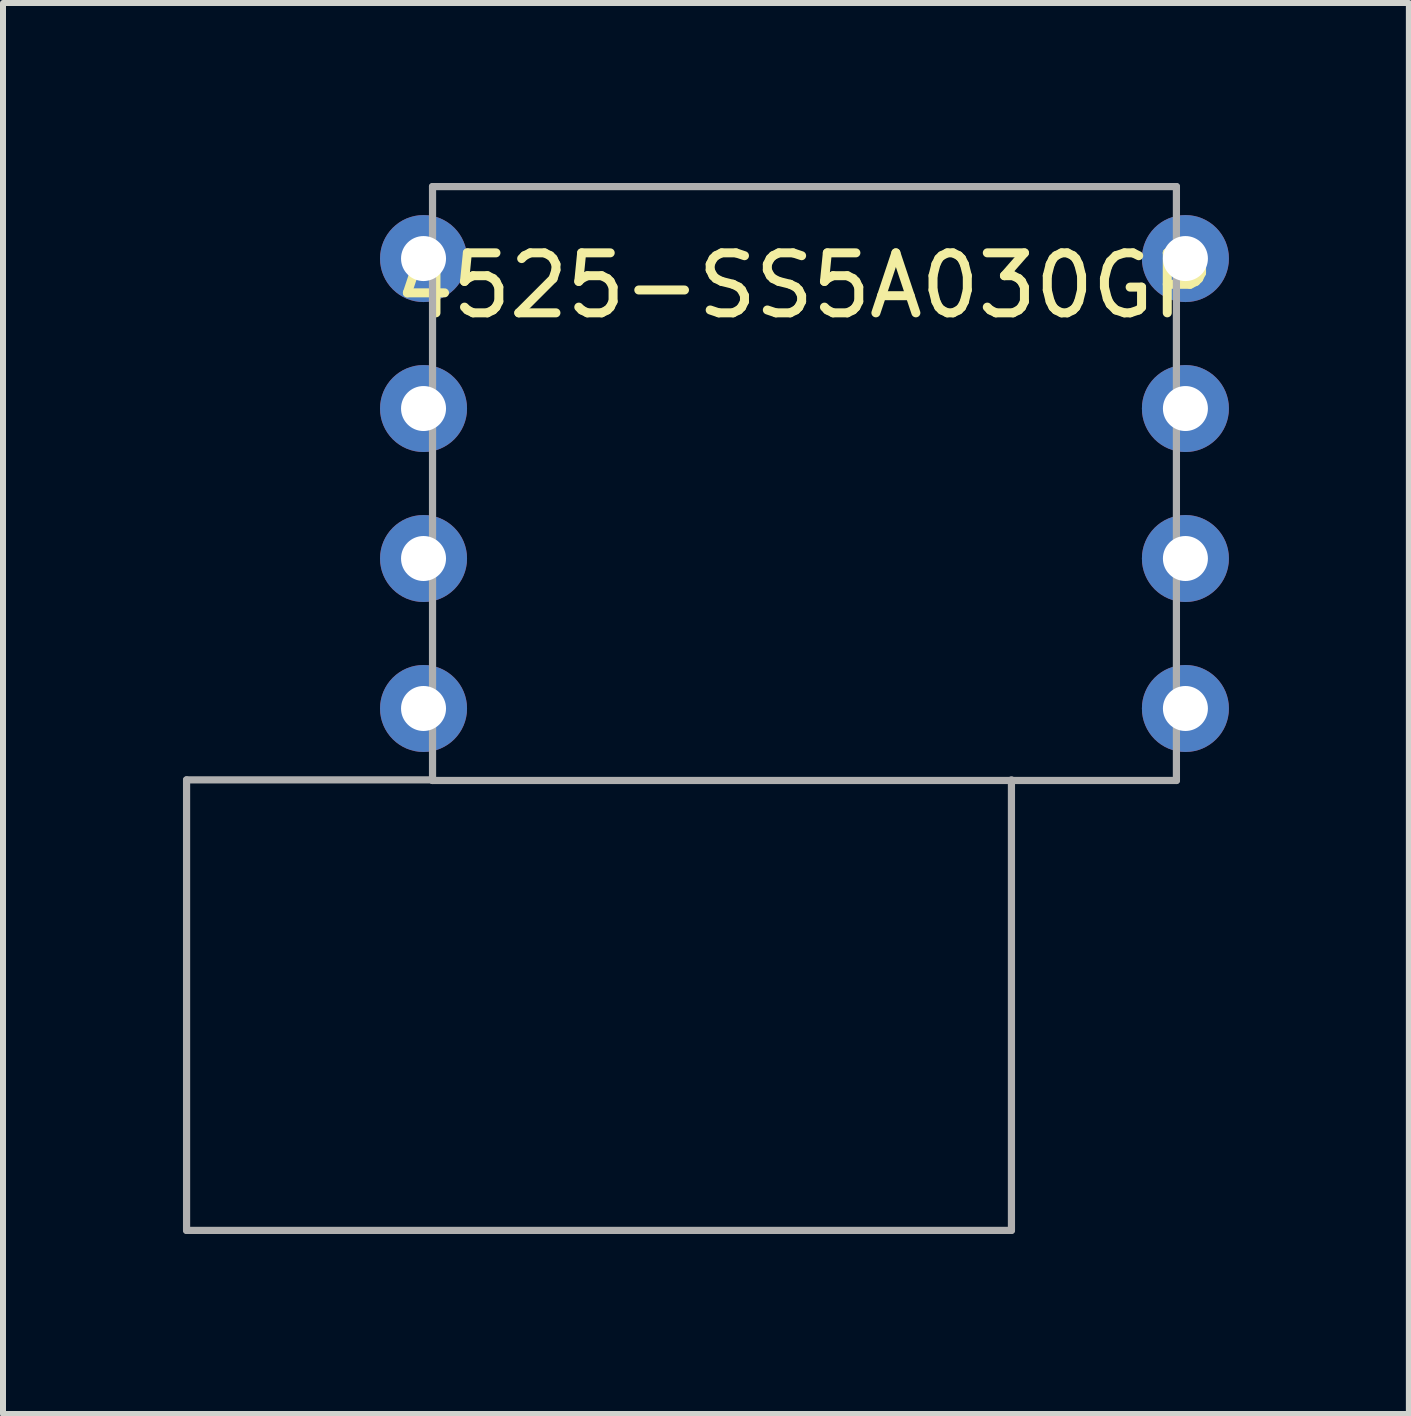
<source format=kicad_pcb>
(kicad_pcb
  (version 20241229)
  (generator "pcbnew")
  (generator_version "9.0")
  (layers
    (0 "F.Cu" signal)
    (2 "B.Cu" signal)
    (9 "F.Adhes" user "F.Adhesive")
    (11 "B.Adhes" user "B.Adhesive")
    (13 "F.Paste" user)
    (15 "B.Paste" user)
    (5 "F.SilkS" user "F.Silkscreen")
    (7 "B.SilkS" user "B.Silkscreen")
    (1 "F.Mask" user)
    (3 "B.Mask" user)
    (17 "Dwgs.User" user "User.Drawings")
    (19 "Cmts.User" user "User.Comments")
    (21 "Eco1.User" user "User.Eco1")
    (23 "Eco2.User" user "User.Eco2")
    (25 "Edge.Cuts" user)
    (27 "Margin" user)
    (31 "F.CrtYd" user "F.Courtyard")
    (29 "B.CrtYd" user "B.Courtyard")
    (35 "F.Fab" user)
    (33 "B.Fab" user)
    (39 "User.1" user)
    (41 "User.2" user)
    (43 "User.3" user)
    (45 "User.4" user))
  (footprint "4525-SS5A030GP"
    (layer "F.Cu")
    (at 10.36 5.01)
    (property "Reference" "4525-SS5A030GP" (at 0 -3.3 0) (layer "F.SilkS") (effects (font (size 1 1) (thickness 0.15))))
    (attr through_hole)
    (fp_line (start -10.3 4.94) (end -6.2 4.94) (stroke (width 0.12) (type solid)) (layer "F.Fab"))
    (fp_line (start -10.3 12.45) (end -10.3 4.94) (stroke (width 0.12) (type solid)) (layer "F.Fab"))
    (fp_line (start -6.2 -4.95) (end 6.2 -4.95) (stroke (width 0.12) (type solid)) (layer "F.Fab"))
    (fp_line (start -6.2 4.95) (end -6.2 -4.95) (stroke (width 0.12) (type solid)) (layer "F.Fab"))
    (fp_line (start 3.45 4.94) (end 3.45 12.45) (stroke (width 0.12) (type solid)) (layer "F.Fab"))
    (fp_line (start 3.45 12.45) (end -10.3 12.45) (stroke (width 0.12) (type solid)) (layer "F.Fab"))
    (fp_line (start 6.2 -4.95) (end 6.2 4.95) (stroke (width 0.12) (type solid)) (layer "F.Fab"))
    (fp_line (start 6.2 4.95) (end -6.2 4.95) (stroke (width 0.12) (type solid)) (layer "F.Fab"))
    (pad "1" thru_hole circle (at 6.35 3.75) (size 1.45 1.45) (drill 0.75) (layers "*.Cu" "*.Mask"))
    (pad "2" thru_hole circle (at 6.35 1.25) (size 1.45 1.45) (drill 0.75) (layers "*.Cu" "*.Mask"))
    (pad "3" thru_hole circle (at 6.35 -1.25) (size 1.45 1.45) (drill 0.75) (layers "*.Cu" "*.Mask"))
    (pad "4" thru_hole circle (at 6.35 -3.75) (size 1.45 1.45) (drill 0.75) (layers "*.Cu" "*.Mask"))
    (pad "5" thru_hole circle (at -6.35 -3.75) (size 1.45 1.45) (drill 0.75) (layers "*.Cu" "*.Mask"))
    (pad "6" thru_hole circle (at -6.35 -1.25) (size 1.45 1.45) (drill 0.75) (layers "*.Cu" "*.Mask"))
    (pad "7" thru_hole circle (at -6.35 1.25) (size 1.45 1.45) (drill 0.75) (layers "*.Cu" "*.Mask"))
    (pad "8" thru_hole circle (at -6.35 3.75) (size 1.45 1.45) (drill 0.75) (layers "*.Cu" "*.Mask")))
  (gr_rect
    (start -3 -3)
    (end 20.435 20.52)
    (stroke (width 0.1) (type default))
    (fill no)
    (layer "Edge.Cuts")))
</source>
